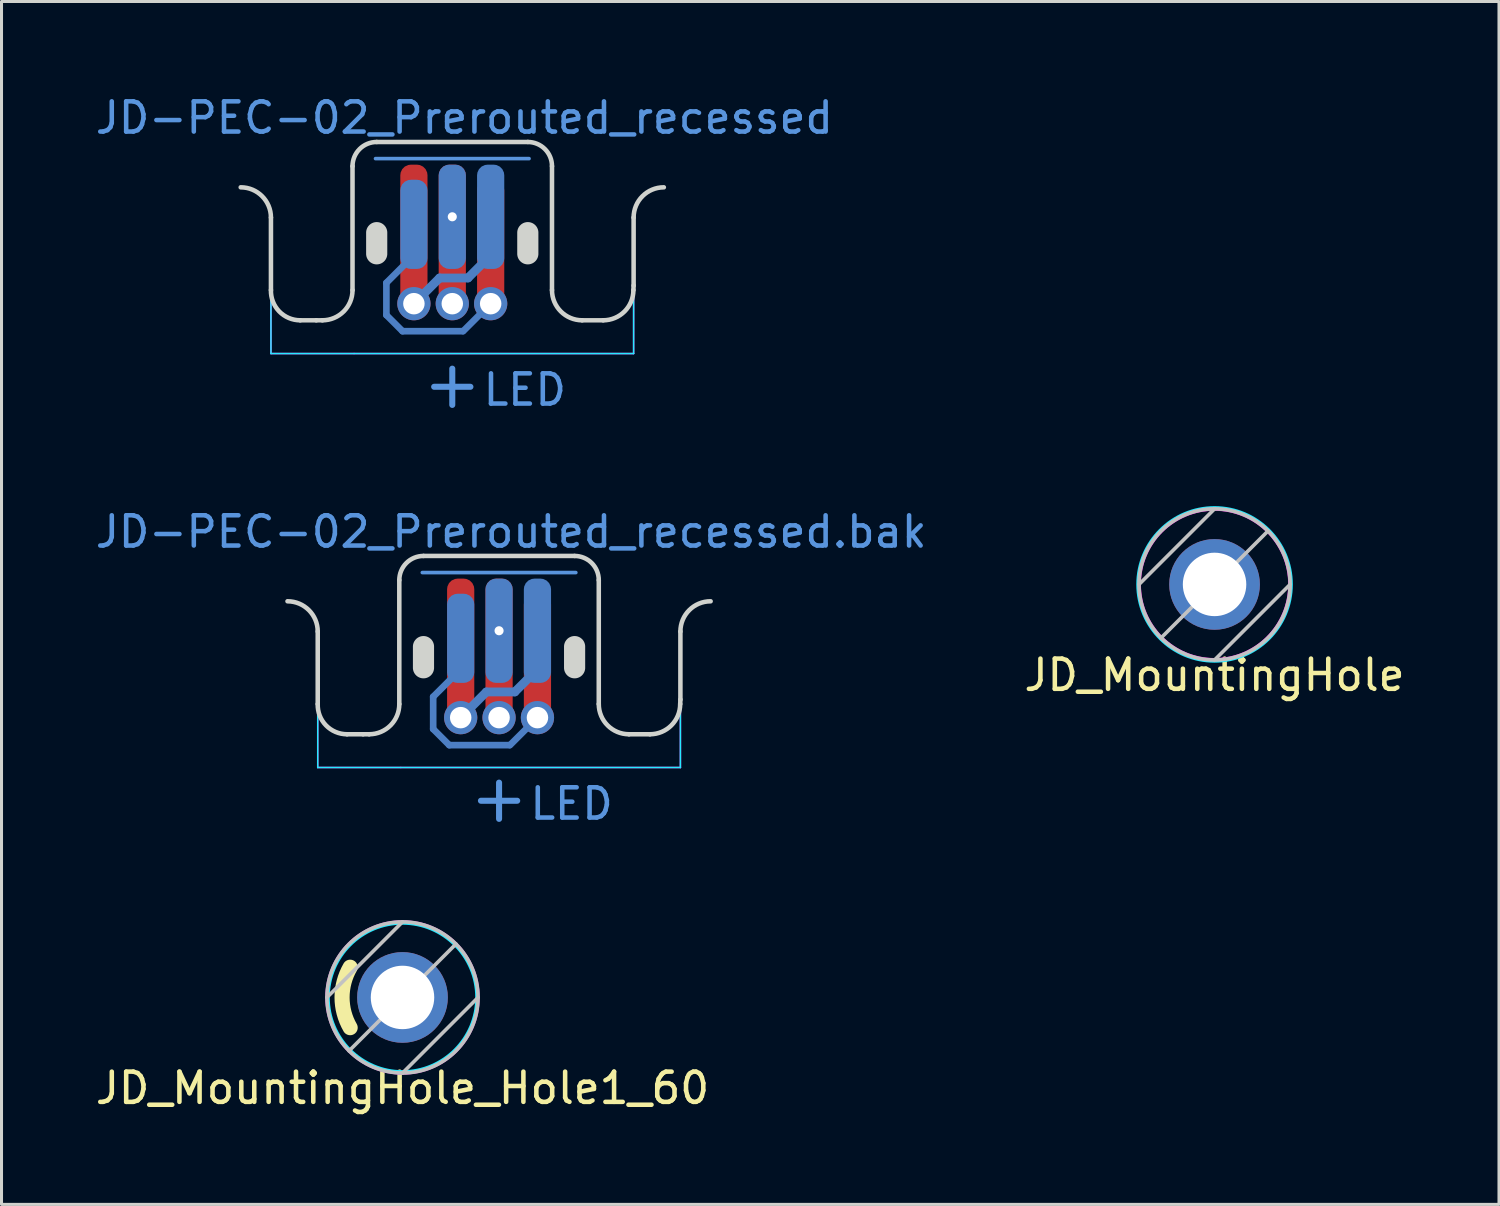
<source format=kicad_pcb>
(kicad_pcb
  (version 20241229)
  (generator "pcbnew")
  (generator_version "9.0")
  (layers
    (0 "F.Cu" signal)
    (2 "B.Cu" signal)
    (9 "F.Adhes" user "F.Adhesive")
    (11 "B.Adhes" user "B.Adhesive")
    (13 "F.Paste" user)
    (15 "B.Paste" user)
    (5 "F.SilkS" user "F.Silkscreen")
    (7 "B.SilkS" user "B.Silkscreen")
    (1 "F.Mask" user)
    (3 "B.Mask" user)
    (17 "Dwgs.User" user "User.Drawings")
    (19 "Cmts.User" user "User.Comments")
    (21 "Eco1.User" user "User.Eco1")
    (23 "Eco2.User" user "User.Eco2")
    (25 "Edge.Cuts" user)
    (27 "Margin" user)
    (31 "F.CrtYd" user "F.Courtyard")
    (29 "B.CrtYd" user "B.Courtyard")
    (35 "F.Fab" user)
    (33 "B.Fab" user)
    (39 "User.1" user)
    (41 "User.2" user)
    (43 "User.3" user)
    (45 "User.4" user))
  (footprint "JD_MountingHole_Hole1_60"
    (layer "F.Cu")
    (at 10.268 29.953)
    (property "Reference" "JD_MountingHole_Hole1_60" (at 0 3 0) (layer "F.SilkS") (effects (font (size 1 1) (thickness 0.15))))
    (attr through_hole)
    (fp_arc (start -1.732025 0.999956) (mid -1.999956 -0.000025) (end -1.732 -1) (stroke (width 0.5) (type solid)) (layer "F.SilkS"))
    (fp_line (start 0 -2.5) (end -2.5 0) (stroke (width 0.12) (type solid)) (layer "Dwgs.User"))
    (fp_line (start 1.768 -1.768) (end -1.768 1.768) (stroke (width 0.12) (type solid)) (layer "Dwgs.User"))
    (fp_line (start 2.5 0) (end 0 2.5) (stroke (width 0.12) (type solid)) (layer "Dwgs.User"))
    (fp_circle (center 0 0) (end 2.5 0) (stroke (width 0.12) (type solid)) (fill no) (layer "Dwgs.User"))
    (fp_circle (center 0 0) (end 0.508 2.413) (stroke (width 0.12) (type solid)) (fill no) (layer "B.CrtYd"))
    (fp_circle (center 0 0) (end 0.635 2.413) (stroke (width 0.12) (type solid)) (fill no) (layer "F.CrtYd"))
    (pad "1" thru_hole circle (at 0 0) (size 3 3) (drill 2.1) (layers "*.Cu" "*.Mask")))
  (footprint "JD-PEC-02_Prerouted_recessed.bak"
    (layer "F.Cu")
    (at 13.463 19.345)
    (property "Reference" "JD-PEC-02_Prerouted_recessed.bak" (at 0.4 -4.8 0) (layer "Cmts.User") (effects (font (size 1 1) (thickness 0.15))))
    (attr through_hole)
    (fp_line (start -2.54 -3.45) (end 2.54 -3.45) (stroke (width 0.12) (type solid)) (layer "Cmts.User"))
    (fp_line (start -0.6 4.1) (end 0.6 4.1) (stroke (width 0.2) (type default)) (layer "Cmts.User"))
    (fp_line (start 0 3.5) (end 0 4.7) (stroke (width 0.2) (type default)) (layer "Cmts.User"))
    (fp_circle (center -1.271 1.3) (end -0.916 1.3) (stroke (width 0.15) (type solid)) (fill no) (layer "Eco1.User"))
    (fp_circle (center -0.001 1.3) (end 0.354 1.3) (stroke (width 0.15) (type solid)) (fill no) (layer "Eco1.User"))
    (fp_circle (center 1.269 1.3) (end 1.624 1.3) (stroke (width 0.15) (type solid)) (fill no) (layer "Eco1.User"))
    (fp_line (start -6 -1.5) (end -6 0.9) (stroke (width 0.15) (type default)) (layer "Edge.Cuts"))
    (fp_line (start -5.031 1.9) (end -4.5 1.9) (stroke (width 0.15) (type default)) (layer "Edge.Cuts"))
    (fp_line (start -4.298 1.9) (end -4.5 1.9) (stroke (width 0.15) (type default)) (layer "Edge.Cuts"))
    (fp_line (start -3.301 -3.2) (end -3.301 0.902) (stroke (width 0.15) (type solid)) (layer "Edge.Cuts"))
    (fp_line (start 2.499 -4) (end -2.501 -4) (stroke (width 0.15) (type solid)) (layer "Edge.Cuts"))
    (fp_line (start 3.299 -3.2) (end 3.299 0.9) (stroke (width 0.15) (type default)) (layer "Edge.Cuts"))
    (fp_line (start 4.298 1.9) (end 4.993 1.9) (stroke (width 0.15) (type default)) (layer "Edge.Cuts"))
    (fp_line (start 6 0.75) (end 5.993 0.9) (stroke (width 0.15) (type default)) (layer "Edge.Cuts"))
    (fp_line (start 6 0.75) (end 6 -1.5) (stroke (width 0.15) (type solid)) (layer "Edge.Cuts"))
    (fp_arc (start -7 -2.5) (mid -6.292893 -2.207107) (end -6 -1.5) (stroke (width 0.15) (type default)) (layer "Edge.Cuts"))
    (fp_arc (start -5.031284 1.9) (mid -5.727418 1.605151) (end -6 0.9) (stroke (width 0.15) (type solid)) (layer "Edge.Cuts"))
    (fp_arc (start -3.300852 -3.2) (mid -3.066852 -3.765999) (end -2.500852 -4) (stroke (width 0.15) (type solid)) (layer "Edge.Cuts"))
    (fp_arc (start -3.300852 0.902) (mid -3.592637 1.607476) (end -4.297807 1.9) (stroke (width 0.15) (type solid)) (layer "Edge.Cuts"))
    (fp_arc (start 2.499148 -4) (mid 3.065147 -3.765999) (end 3.299148 -3.2) (stroke (width 0.15) (type solid)) (layer "Edge.Cuts"))
    (fp_arc (start 4.297807 1.9) (mid 3.591372 1.606829) (end 3.299148 0.9) (stroke (width 0.15) (type solid)) (layer "Edge.Cuts"))
    (fp_arc (start 5.992893 0.9) (mid 5.700001 1.607107) (end 4.992893 1.9) (stroke (width 0.15) (type solid)) (layer "Edge.Cuts"))
    (fp_arc (start 6 -1.5) (mid 6.292893 -2.207107) (end 7 -2.5) (stroke (width 0.15) (type default)) (layer "Edge.Cuts"))
    (fp_poly (pts (arc (start -2.150853 -1.000001) (mid -2.500852 -1.35) (end -2.850851 -1.000001)) (arc (start -2.850851 -0.300002) (mid -2.500852 0.049997) (end -2.150853 -0.300002))) (stroke (width 0) (type solid)) (fill yes) (layer "Edge.Cuts"))
    (fp_poly (pts (arc (start 2.849147 -1.000001) (mid 2.499148 -1.35) (end 2.149149 -1.000001)) (arc (start 2.149149 -0.300002) (mid 2.499148 0.049997) (end 2.849147 -0.300002))) (stroke (width 0) (type solid)) (fill yes) (layer "Edge.Cuts"))
    (fp_line (start -6 0.9) (end -6 3) (stroke (width 0.05) (type default)) (layer "B.CrtYd"))
    (fp_line (start -4.2 1.9) (end -5.031 1.9) (stroke (width 0.05) (type default)) (layer "B.CrtYd"))
    (fp_line (start -3.301 -3.2) (end -3.301 0.902) (stroke (width 0.05) (type solid)) (layer "B.CrtYd"))
    (fp_line (start -2.501 -4) (end 2.499 -4) (stroke (width 0.05) (type default)) (layer "B.CrtYd"))
    (fp_line (start 3.299 -3.2) (end 3.299 0.9) (stroke (width 0.05) (type default)) (layer "B.CrtYd"))
    (fp_line (start 4.298 1.9) (end 5.1 1.9) (stroke (width 0.05) (type solid)) (layer "B.CrtYd"))
    (fp_line (start 6 0.9) (end 6 3) (stroke (width 0.05) (type default)) (layer "B.CrtYd"))
    (fp_line (start 6 3) (end -6 3) (stroke (width 0.05) (type default)) (layer "B.CrtYd"))
    (fp_arc (start -5.031284 1.9) (mid -5.727419 1.605151) (end -6 0.9) (stroke (width 0.05) (type solid)) (layer "B.CrtYd"))
    (fp_arc (start -3.300852 -3.2) (mid -3.066852 -3.766) (end -2.500852 -4) (stroke (width 0.05) (type solid)) (layer "B.CrtYd"))
    (fp_arc (start -3.300852 0.902) (mid -3.558642 1.573788) (end -4.2 1.9) (stroke (width 0.05) (type solid)) (layer "B.CrtYd"))
    (fp_arc (start 2.499148 -4) (mid 3.065148 -3.766) (end 3.299148 -3.2) (stroke (width 0.05) (type solid)) (layer "B.CrtYd"))
    (fp_arc (start 4.297807 1.9) (mid 3.591372 1.606828) (end 3.299148 0.9) (stroke (width 0.05) (type solid)) (layer "B.CrtYd"))
    (fp_arc (start 6 0.9) (mid 5.707108 1.607107) (end 5 1.9) (stroke (width 0.05) (type solid)) (layer "B.CrtYd"))
    (fp_line (start -6 0.9) (end -6 3) (stroke (width 0.05) (type default)) (layer "F.CrtYd"))
    (fp_line (start -6 3) (end -3.25 3) (stroke (width 0.05) (type default)) (layer "F.CrtYd"))
    (fp_line (start -4.2 1.9) (end -5.031 1.9) (stroke (width 0.05) (type default)) (layer "F.CrtYd"))
    (fp_line (start -3.301 -3.2) (end -3.301 0.902) (stroke (width 0.05) (type solid)) (layer "F.CrtYd"))
    (fp_line (start -2.501 -4) (end 2.499 -4) (stroke (width 0.05) (type default)) (layer "F.CrtYd"))
    (fp_line (start 3.299 -3.2) (end 3.299 0.9) (stroke (width 0.05) (type default)) (layer "F.CrtYd"))
    (fp_line (start 4.298 1.9) (end 5.1 1.9) (stroke (width 0.05) (type solid)) (layer "F.CrtYd"))
    (fp_line (start 6 0.9) (end 6 3) (stroke (width 0.05) (type default)) (layer "F.CrtYd"))
    (fp_line (start 6 3) (end -3.25 3) (stroke (width 0.05) (type default)) (layer "F.CrtYd"))
    (fp_arc (start -5.031284 1.9) (mid -5.727419 1.605152) (end -6 0.9) (stroke (width 0.05) (type solid)) (layer "F.CrtYd"))
    (fp_arc (start -3.300852 -3.2) (mid -3.066852 -3.765999) (end -2.500852 -4) (stroke (width 0.05) (type solid)) (layer "F.CrtYd"))
    (fp_arc (start -3.300852 0.902) (mid -3.558642 1.573788) (end -4.2 1.9) (stroke (width 0.05) (type solid)) (layer "F.CrtYd"))
    (fp_arc (start 2.499148 -4) (mid 3.065147 -3.765999) (end 3.299148 -3.2) (stroke (width 0.05) (type solid)) (layer "F.CrtYd"))
    (fp_arc (start 4.297807 1.9) (mid 3.591372 1.606829) (end 3.299148 0.9) (stroke (width 0.05) (type solid)) (layer "F.CrtYd"))
    (fp_arc (start 6 0.9) (mid 5.707108 1.607108) (end 5 1.9) (stroke (width 0.05) (type solid)) (layer "F.CrtYd"))
    (fp_text user "LED" (at 2.4 4.2 0) (unlocked yes) (layer "Cmts.User") (effects (font (size 1 1) (thickness 0.15))))
    (pad "1" smd oval (at -2.18 1.194 90) (size 1.287 0.22) (layers "B.Cu"))
    (pad "1" smd oval (at -1.913 1.994 315) (size 0.974 0.22) (layers "B.Cu"))
    (pad "1" smd oval (at -1.725 0.205 45) (size 1.507 0.22) (layers "B.Cu"))
    (pad "1" smd roundrect (at -1.27 -1.275) (size 0.9 2.95) (layers "B.Cu" "B.Mask") (roundrect_rratio 0.389))
    (pad "1" smd oval (at -0.651 2.26) (size 2.212 0.22) (layers "B.Cu"))
    (pad "1" smd oval (at 0.815 1.805 45) (size 1.507 0.22) (layers "B.Cu"))
    (pad "1" smd roundrect (at 1.27 -0.475) (size 0.9 4.55) (layers "F.Cu" "F.Mask") (roundrect_rratio 0.389))
    (pad "1" thru_hole circle (at 1.27 1.35) (size 1.1 1.1) (drill 0.71) (layers "*.Cu" "*.Mask"))
    (pad "2" thru_hole circle (at 0 -1.525) (size 0.6 0.6) (drill 0.3) (layers "*.Cu" "*.Mask"))
    (pad "2" smd roundrect (at 0 -1.525) (size 0.9 3.45) (layers "B.Cu" "B.Mask") (roundrect_rratio 0.389))
    (pad "2" smd roundrect (at 0 -0.725) (size 0.9 5.05) (layers "F.Cu" "F.Mask") (roundrect_rratio 0.389))
    (pad "2" thru_hole circle (at 0 1.35) (size 1.1 1.1) (drill 0.71) (layers "*.Cu" "*.Mask"))
    (pad "3" smd roundrect (at -1.27 -0.725) (size 0.9 5.05) (layers "F.Cu" "F.Mask") (roundrect_rratio 0.389))
    (pad "3" thru_hole circle (at -1.27 1.35) (size 1.1 1.1) (drill 0.71) (layers "*.Cu" "*.Mask"))
    (pad "3" smd oval (at -0.845 0.925 45) (size 1.492 0.29) (layers "B.Cu"))
    (pad "3" smd oval (at 0.05 0.5) (size 1.23 0.29) (layers "B.Cu"))
    (pad "3" smd oval (at 0.895 0.125 45) (size 1.351 0.29) (layers "B.Cu"))
    (pad "3" smd roundrect (at 1.27 -1.525) (size 0.9 3.45) (layers "B.Cu" "B.Mask") (roundrect_rratio 0.389)))
  (footprint "JD_MountingHole"
    (layer "F.Cu")
    (at 37.137 16.287)
    (property "Reference" "JD_MountingHole" (at 0 3 0) (layer "F.SilkS") (effects (font (size 1 1) (thickness 0.15))))
    (attr through_hole)
    (fp_line (start 0 -2.5) (end -2.5 0) (stroke (width 0.12) (type solid)) (layer "Dwgs.User"))
    (fp_line (start 1.768 -1.768) (end -1.768 1.768) (stroke (width 0.12) (type solid)) (layer "Dwgs.User"))
    (fp_line (start 2.5 0) (end 0 2.5) (stroke (width 0.12) (type solid)) (layer "Dwgs.User"))
    (fp_circle (center 0 0) (end 2.5 0) (stroke (width 0.12) (type solid)) (fill no) (layer "Dwgs.User"))
    (fp_circle (center 0 0) (end 0.762 2.413) (stroke (width 0.12) (type solid)) (fill no) (layer "B.CrtYd"))
    (fp_circle (center 0 0) (end 0.635 2.413) (stroke (width 0.12) (type solid)) (fill no) (layer "F.CrtYd"))
    (pad "1" thru_hole circle (at 0 0) (size 3 3) (drill 2.1) (layers "*.Cu" "*.Mask")))
  (footprint "JD-PEC-02_Prerouted_recessed"
    (layer "F.Cu")
    (at 11.915 5.648)
    (property "Reference" "JD-PEC-02_Prerouted_recessed" (at 0.4 -4.8 0) (layer "Cmts.User") (effects (font (size 1 1) (thickness 0.15))))
    (attr through_hole)
    (fp_line (start -2.54 -3.45) (end 2.54 -3.45) (stroke (width 0.12) (type solid)) (layer "Cmts.User"))
    (fp_line (start -0.6 4.1) (end 0.6 4.1) (stroke (width 0.2) (type default)) (layer "Cmts.User"))
    (fp_line (start 0 3.5) (end 0 4.7) (stroke (width 0.2) (type default)) (layer "Cmts.User"))
    (fp_circle (center -1.271 1.3) (end -0.916 1.3) (stroke (width 0.15) (type solid)) (fill no) (layer "Eco1.User"))
    (fp_circle (center -0.001 1.3) (end 0.354 1.3) (stroke (width 0.15) (type solid)) (fill no) (layer "Eco1.User"))
    (fp_circle (center 1.269 1.3) (end 1.624 1.3) (stroke (width 0.15) (type solid)) (fill no) (layer "Eco1.User"))
    (fp_line (start -6 -1.5) (end -6 0.9) (stroke (width 0.15) (type default)) (layer "Edge.Cuts"))
    (fp_line (start -5.031 1.9) (end -4.5 1.9) (stroke (width 0.15) (type default)) (layer "Edge.Cuts"))
    (fp_line (start -4.298 1.9) (end -4.5 1.9) (stroke (width 0.15) (type default)) (layer "Edge.Cuts"))
    (fp_line (start -3.301 -3.2) (end -3.301 0.902) (stroke (width 0.15) (type solid)) (layer "Edge.Cuts"))
    (fp_line (start 2.499 -4) (end -2.501 -4) (stroke (width 0.15) (type solid)) (layer "Edge.Cuts"))
    (fp_line (start 3.299 -3.2) (end 3.299 0.9) (stroke (width 0.15) (type default)) (layer "Edge.Cuts"))
    (fp_line (start 4.298 1.9) (end 4.993 1.9) (stroke (width 0.15) (type default)) (layer "Edge.Cuts"))
    (fp_line (start 6 0.75) (end 5.993 0.9) (stroke (width 0.15) (type default)) (layer "Edge.Cuts"))
    (fp_line (start 6 0.75) (end 6 -1.5) (stroke (width 0.15) (type solid)) (layer "Edge.Cuts"))
    (fp_arc (start -7 -2.5) (mid -6.292893 -2.207107) (end -6 -1.5) (stroke (width 0.15) (type default)) (layer "Edge.Cuts"))
    (fp_arc (start -5.031284 1.9) (mid -5.727418 1.605151) (end -6 0.9) (stroke (width 0.15) (type solid)) (layer "Edge.Cuts"))
    (fp_arc (start -3.300852 -3.2) (mid -3.066852 -3.765999) (end -2.500852 -4) (stroke (width 0.15) (type solid)) (layer "Edge.Cuts"))
    (fp_arc (start -3.300852 0.902) (mid -3.592637 1.607476) (end -4.297807 1.9) (stroke (width 0.15) (type solid)) (layer "Edge.Cuts"))
    (fp_arc (start 2.499148 -4) (mid 3.065147 -3.765999) (end 3.299148 -3.2) (stroke (width 0.15) (type solid)) (layer "Edge.Cuts"))
    (fp_arc (start 4.297807 1.9) (mid 3.591372 1.606829) (end 3.299148 0.9) (stroke (width 0.15) (type solid)) (layer "Edge.Cuts"))
    (fp_arc (start 5.992893 0.9) (mid 5.700001 1.607107) (end 4.992893 1.9) (stroke (width 0.15) (type solid)) (layer "Edge.Cuts"))
    (fp_arc (start 6 -1.5) (mid 6.292893 -2.207107) (end 7 -2.5) (stroke (width 0.15) (type default)) (layer "Edge.Cuts"))
    (fp_poly (pts (arc (start -2.150853 -1.000001) (mid -2.500852 -1.35) (end -2.850851 -1.000001)) (arc (start -2.850851 -0.300002) (mid -2.500852 0.049997) (end -2.150853 -0.300002))) (stroke (width 0) (type solid)) (fill yes) (layer "Edge.Cuts"))
    (fp_poly (pts (arc (start 2.849147 -1.000001) (mid 2.499148 -1.35) (end 2.149149 -1.000001)) (arc (start 2.149149 -0.300002) (mid 2.499148 0.049997) (end 2.849147 -0.300002))) (stroke (width 0) (type solid)) (fill yes) (layer "Edge.Cuts"))
    (fp_line (start -6 0.9) (end -6 3) (stroke (width 0.05) (type default)) (layer "B.CrtYd"))
    (fp_line (start -4.2 1.9) (end -5.031 1.9) (stroke (width 0.05) (type default)) (layer "B.CrtYd"))
    (fp_line (start -3.301 -3.2) (end -3.301 0.902) (stroke (width 0.05) (type solid)) (layer "B.CrtYd"))
    (fp_line (start -2.501 -4) (end 2.499 -4) (stroke (width 0.05) (type default)) (layer "B.CrtYd"))
    (fp_line (start 3.299 -3.2) (end 3.299 0.9) (stroke (width 0.05) (type default)) (layer "B.CrtYd"))
    (fp_line (start 4.298 1.9) (end 5.1 1.9) (stroke (width 0.05) (type solid)) (layer "B.CrtYd"))
    (fp_line (start 6 0.9) (end 6 3) (stroke (width 0.05) (type default)) (layer "B.CrtYd"))
    (fp_line (start 6 3) (end -6 3) (stroke (width 0.05) (type default)) (layer "B.CrtYd"))
    (fp_arc (start -5.031284 1.9) (mid -5.727419 1.605151) (end -6 0.9) (stroke (width 0.05) (type solid)) (layer "B.CrtYd"))
    (fp_arc (start -3.300852 -3.2) (mid -3.066852 -3.766) (end -2.500852 -4) (stroke (width 0.05) (type solid)) (layer "B.CrtYd"))
    (fp_arc (start -3.300852 0.902) (mid -3.558642 1.573788) (end -4.2 1.9) (stroke (width 0.05) (type solid)) (layer "B.CrtYd"))
    (fp_arc (start 2.499148 -4) (mid 3.065148 -3.766) (end 3.299148 -3.2) (stroke (width 0.05) (type solid)) (layer "B.CrtYd"))
    (fp_arc (start 4.297807 1.9) (mid 3.591372 1.606828) (end 3.299148 0.9) (stroke (width 0.05) (type solid)) (layer "B.CrtYd"))
    (fp_arc (start 6 0.9) (mid 5.707108 1.607107) (end 5 1.9) (stroke (width 0.05) (type solid)) (layer "B.CrtYd"))
    (fp_line (start -6 0.9) (end -6 3) (stroke (width 0.05) (type default)) (layer "F.CrtYd"))
    (fp_line (start -6 3) (end -3.25 3) (stroke (width 0.05) (type default)) (layer "F.CrtYd"))
    (fp_line (start -4.2 1.9) (end -5.031 1.9) (stroke (width 0.05) (type default)) (layer "F.CrtYd"))
    (fp_line (start -3.301 -3.2) (end -3.301 0.902) (stroke (width 0.05) (type solid)) (layer "F.CrtYd"))
    (fp_line (start -2.501 -4) (end 2.499 -4) (stroke (width 0.05) (type default)) (layer "F.CrtYd"))
    (fp_line (start 3.299 -3.2) (end 3.299 0.9) (stroke (width 0.05) (type default)) (layer "F.CrtYd"))
    (fp_line (start 4.298 1.9) (end 5.1 1.9) (stroke (width 0.05) (type solid)) (layer "F.CrtYd"))
    (fp_line (start 6 0.9) (end 6 3) (stroke (width 0.05) (type default)) (layer "F.CrtYd"))
    (fp_line (start 6 3) (end -3.25 3) (stroke (width 0.05) (type default)) (layer "F.CrtYd"))
    (fp_arc (start -5.031284 1.9) (mid -5.727419 1.605152) (end -6 0.9) (stroke (width 0.05) (type solid)) (layer "F.CrtYd"))
    (fp_arc (start -3.300852 -3.2) (mid -3.066852 -3.765999) (end -2.500852 -4) (stroke (width 0.05) (type solid)) (layer "F.CrtYd"))
    (fp_arc (start -3.300852 0.902) (mid -3.558642 1.573788) (end -4.2 1.9) (stroke (width 0.05) (type solid)) (layer "F.CrtYd"))
    (fp_arc (start 2.499148 -4) (mid 3.065147 -3.765999) (end 3.299148 -3.2) (stroke (width 0.05) (type solid)) (layer "F.CrtYd"))
    (fp_arc (start 4.297807 1.9) (mid 3.591372 1.606829) (end 3.299148 0.9) (stroke (width 0.05) (type solid)) (layer "F.CrtYd"))
    (fp_arc (start 6 0.9) (mid 5.707108 1.607108) (end 5 1.9) (stroke (width 0.05) (type solid)) (layer "F.CrtYd"))
    (fp_text user "LED" (at 2.4 4.2 0) (unlocked yes) (layer "Cmts.User") (effects (font (size 1 1) (thickness 0.15))))
    (pad "1" smd oval (at -2.18 1.194 90) (size 1.287 0.22) (layers "B.Cu"))
    (pad "1" smd oval (at -1.913 1.994 315) (size 0.974 0.22) (layers "B.Cu"))
    (pad "1" smd oval (at -1.725 0.205 45) (size 1.507 0.22) (layers "B.Cu"))
    (pad "1" smd roundrect (at -1.27 -1.275) (size 0.9 2.95) (layers "B.Cu" "B.Mask") (roundrect_rratio 0.389))
    (pad "1" smd oval (at -0.651 2.26) (size 2.212 0.22) (layers "B.Cu"))
    (pad "1" smd oval (at 0.815 1.805 45) (size 1.507 0.22) (layers "B.Cu"))
    (pad "1" smd roundrect (at 1.27 -0.475) (size 0.9 4.55) (layers "F.Cu" "F.Mask") (roundrect_rratio 0.389))
    (pad "1" thru_hole circle (at 1.27 1.35) (size 1.1 1.1) (drill 0.71) (layers "*.Cu" "*.Mask"))
    (pad "2" thru_hole circle (at 0 -1.525) (size 0.6 0.6) (drill 0.3) (layers "*.Cu" "*.Mask"))
    (pad "2" smd roundrect (at 0 -1.525) (size 0.9 3.45) (layers "B.Cu" "B.Mask") (roundrect_rratio 0.389))
    (pad "2" smd roundrect (at 0 -0.725) (size 0.9 5.05) (layers "F.Cu" "F.Mask") (roundrect_rratio 0.389))
    (pad "2" thru_hole circle (at 0 1.35) (size 1.1 1.1) (drill 0.71) (layers "*.Cu" "*.Mask"))
    (pad "3" smd roundrect (at -1.27 -0.725) (size 0.9 5.05) (layers "F.Cu" "F.Mask") (roundrect_rratio 0.389))
    (pad "3" thru_hole circle (at -1.27 1.35) (size 1.1 1.1) (drill 0.71) (layers "*.Cu" "*.Mask"))
    (pad "3" smd oval (at -0.845 0.925 45) (size 1.492 0.29) (layers "B.Cu"))
    (pad "3" smd oval (at 0.05 0.5) (size 1.23 0.29) (layers "B.Cu"))
    (pad "3" smd oval (at 0.895 0.125 45) (size 1.351 0.29) (layers "B.Cu"))
    (pad "3" smd roundrect (at 1.27 -1.525) (size 0.9 3.45) (layers "B.Cu" "B.Mask") (roundrect_rratio 0.389)))
  (gr_rect
    (start -3 -3)
    (end 46.548 36.801)
    (stroke (width 0.1) (type default))
    (fill no)
    (layer "Edge.Cuts")))
</source>
